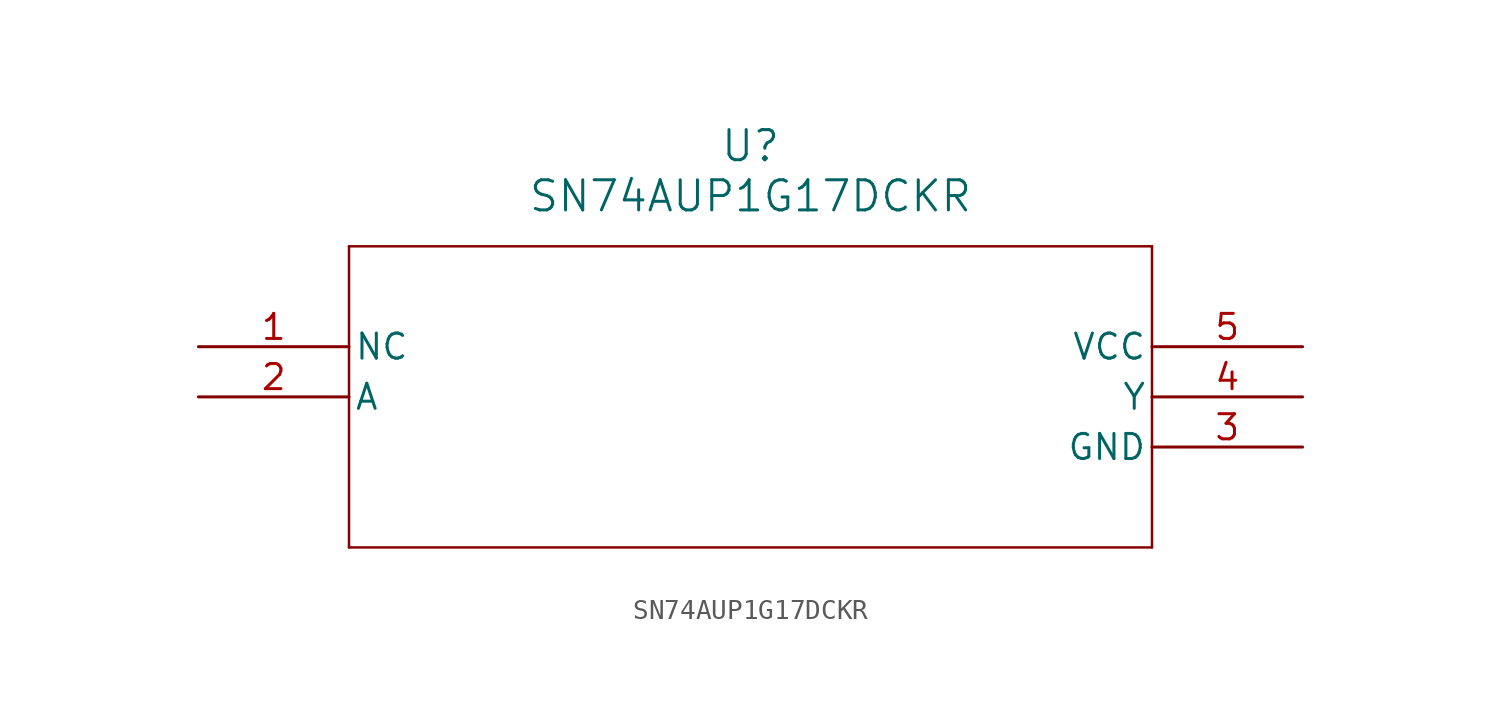
<source format=kicad_sym>
(kicad_symbol_lib
  (version 20211014)
  (generator kicad_symbol_editor)
  (symbol "SN74AUP1G17DCKR"
    (pin_names
      (offset 0.254))
    (property "Reference" "U"
      (at 27.94 10.16 0)
      (effects (font (size 1.524 1.524))))
    (property "Value" "SN74AUP1G17DCKR"
      (at 27.94 7.62 0)
      (effects (font (size 1.524 1.524))))
    (symbol "SN74AUP1G17DCKR_0_1"
      (polyline (pts (xy 7.62 5.08) (xy 7.62 -10.16)) (stroke (width 0.127) (type default) (color 0 0 0 0)) (fill (type none)))
      (polyline (pts (xy 7.62 -10.16) (xy 48.26 -10.16)) (stroke (width 0.127) (type default) (color 0 0 0 0)) (fill (type none)))
      (polyline (pts (xy 48.26 -10.16) (xy 48.26 5.08)) (stroke (width 0.127) (type default) (color 0 0 0 0)) (fill (type none)))
      (polyline (pts (xy 48.26 5.08) (xy 7.62 5.08)) (stroke (width 0.127) (type default) (color 0 0 0 0)) (fill (type none)))
      (pin unspecified line (at 0 0 0) (length 7.62) (name "NC" (effects (font (size 1.27 1.27)))) (number "1" (effects (font (size 1.27 1.27)))))
      (pin input line (at 0 -2.54 0) (length 7.62) (name "A" (effects (font (size 1.27 1.27)))) (number "2" (effects (font (size 1.27 1.27)))))
      (pin power_in line (at 55.88 -5.08 180) (length 7.62) (name "GND" (effects (font (size 1.27 1.27)))) (number "3" (effects (font (size 1.27 1.27)))))
      (pin output line (at 55.88 -2.54 180) (length 7.62) (name "Y" (effects (font (size 1.27 1.27)))) (number "4" (effects (font (size 1.27 1.27)))))
      (pin power_in line (at 55.88 0 180) (length 7.62) (name "VCC" (effects (font (size 1.27 1.27)))) (number "5" (effects (font (size 1.27 1.27))))))))
</source>
